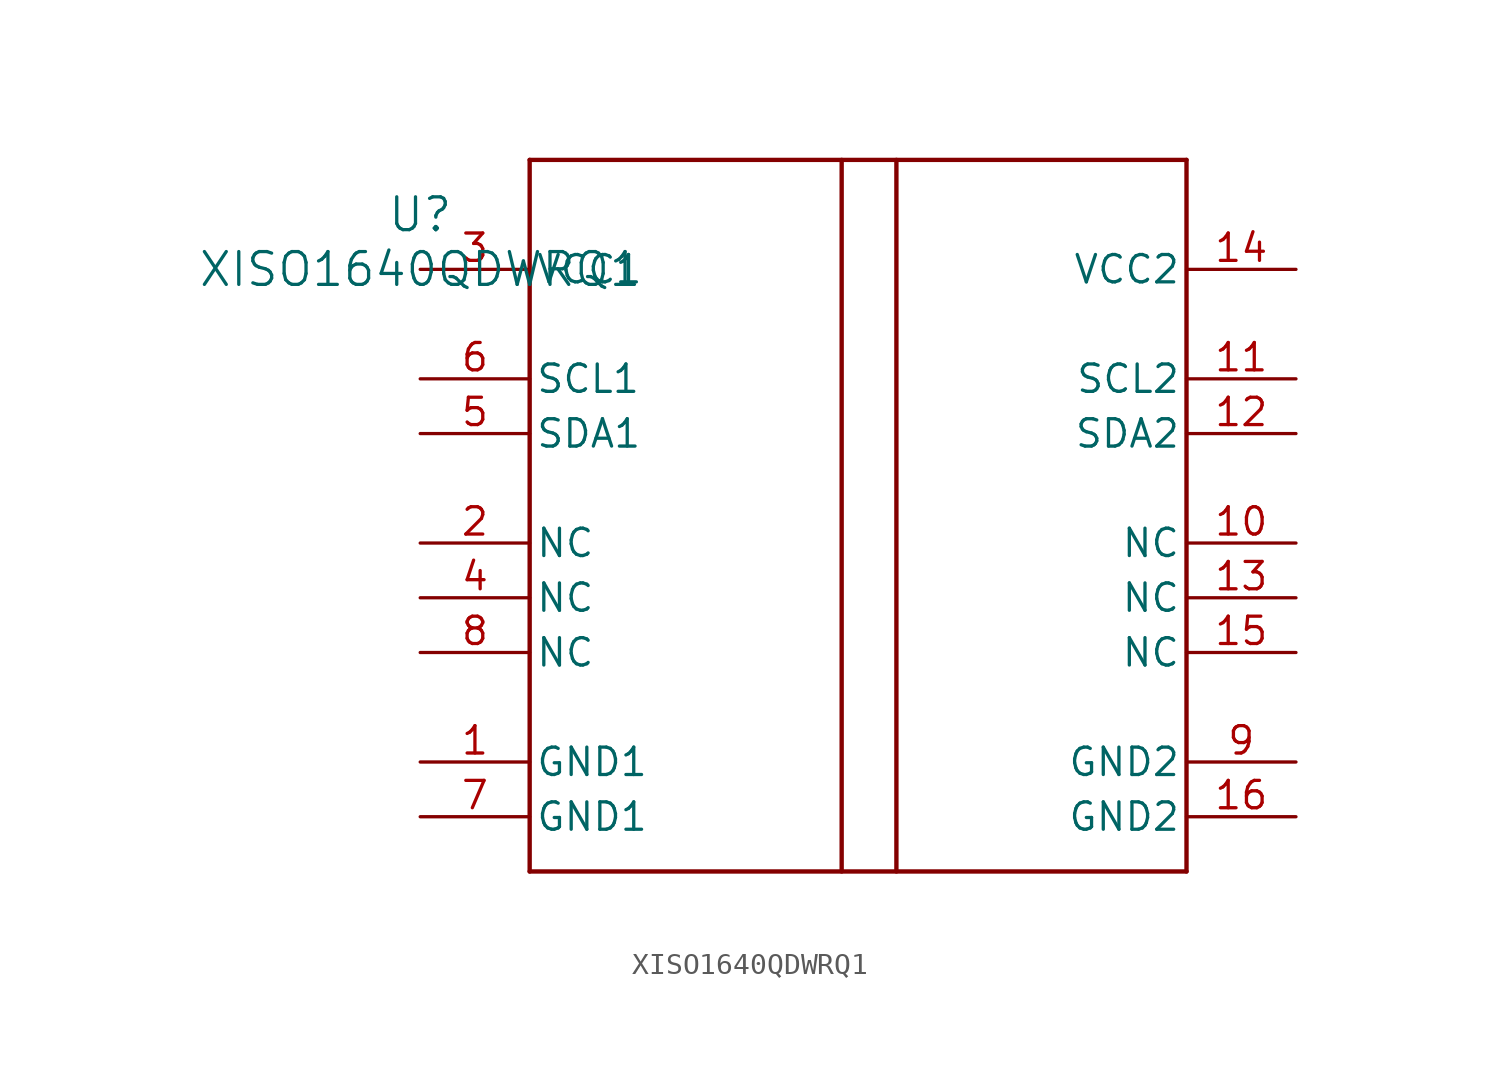
<source format=kicad_sym>
(kicad_symbol_lib
  (version 20211014)
  (generator kicad_symbol_editor)
  (symbol "XISO1640QDWRQ1"
    (pin_names
      (offset 0.254))
    (property "Reference" "U"
      (at 0 2.54 0)
      (effects (font (size 1.524 1.524))))
    (property "Value" "XISO1640QDWRQ1"
      (at 0 0 0)
      (effects (font (size 1.524 1.524))))
    (symbol "XISO1640QDWRQ1_0_1"
      (polyline (pts (xy 5.08 -27.94) (xy 35.56 -27.94)) (stroke (width 0.203) (type default) (color 0 0 0 0)) (fill (type none)))
      (polyline (pts (xy 35.56 -27.94) (xy 35.56 5.08)) (stroke (width 0.203) (type default) (color 0 0 0 0)) (fill (type none)))
      (polyline (pts (xy 35.56 5.08) (xy 5.08 5.08)) (stroke (width 0.203) (type default) (color 0 0 0 0)) (fill (type none)))
      (polyline (pts (xy 5.08 5.08) (xy 5.08 -27.94)) (stroke (width 0.203) (type default) (color 0 0 0 0)) (fill (type none)))
      (polyline (pts (xy 19.558 5.08) (xy 19.558 -27.94)) (stroke (width 0.203) (type default) (color 0 0 0 0)) (fill (type none)))
      (polyline (pts (xy 22.098 5.08) (xy 22.098 -27.94)) (stroke (width 0.203) (type default) (color 0 0 0 0)) (fill (type none)))
      (pin power_in line (at 0 -22.86 0) (length 5.08) (name "GND1" (effects (font (size 1.27 1.27)))) (number "1" (effects (font (size 1.27 1.27)))))
      (pin unspecified line (at 0 -12.7 0) (length 5.08) (name "NC" (effects (font (size 1.27 1.27)))) (number "2" (effects (font (size 1.27 1.27)))))
      (pin power_in line (at 0 0 0) (length 5.08) (name "VCC1" (effects (font (size 1.27 1.27)))) (number "3" (effects (font (size 1.27 1.27)))))
      (pin unspecified line (at 0 -15.24 0) (length 5.08) (name "NC" (effects (font (size 1.27 1.27)))) (number "4" (effects (font (size 1.27 1.27)))))
      (pin bidirectional line (at 0 -7.62 0) (length 5.08) (name "SDA1" (effects (font (size 1.27 1.27)))) (number "5" (effects (font (size 1.27 1.27)))))
      (pin input line (at 0 -5.08 0) (length 5.08) (name "SCL1" (effects (font (size 1.27 1.27)))) (number "6" (effects (font (size 1.27 1.27)))))
      (pin power_in line (at 0 -25.4 0) (length 5.08) (name "GND1" (effects (font (size 1.27 1.27)))) (number "7" (effects (font (size 1.27 1.27)))))
      (pin unspecified line (at 0 -17.78 0) (length 5.08) (name "NC" (effects (font (size 1.27 1.27)))) (number "8" (effects (font (size 1.27 1.27)))))
      (pin power_in line (at 40.64 -22.86 180) (length 5.08) (name "GND2" (effects (font (size 1.27 1.27)))) (number "9" (effects (font (size 1.27 1.27)))))
      (pin unspecified line (at 40.64 -12.7 180) (length 5.08) (name "NC" (effects (font (size 1.27 1.27)))) (number "10" (effects (font (size 1.27 1.27)))))
      (pin input line (at 40.64 -5.08 180) (length 5.08) (name "SCL2" (effects (font (size 1.27 1.27)))) (number "11" (effects (font (size 1.27 1.27)))))
      (pin bidirectional line (at 40.64 -7.62 180) (length 5.08) (name "SDA2" (effects (font (size 1.27 1.27)))) (number "12" (effects (font (size 1.27 1.27)))))
      (pin unspecified line (at 40.64 -15.24 180) (length 5.08) (name "NC" (effects (font (size 1.27 1.27)))) (number "13" (effects (font (size 1.27 1.27)))))
      (pin power_in line (at 40.64 0 180) (length 5.08) (name "VCC2" (effects (font (size 1.27 1.27)))) (number "14" (effects (font (size 1.27 1.27)))))
      (pin unspecified line (at 40.64 -17.78 180) (length 5.08) (name "NC" (effects (font (size 1.27 1.27)))) (number "15" (effects (font (size 1.27 1.27)))))
      (pin power_in line (at 40.64 -25.4 180) (length 5.08) (name "GND2" (effects (font (size 1.27 1.27)))) (number "16" (effects (font (size 1.27 1.27))))))))
</source>
